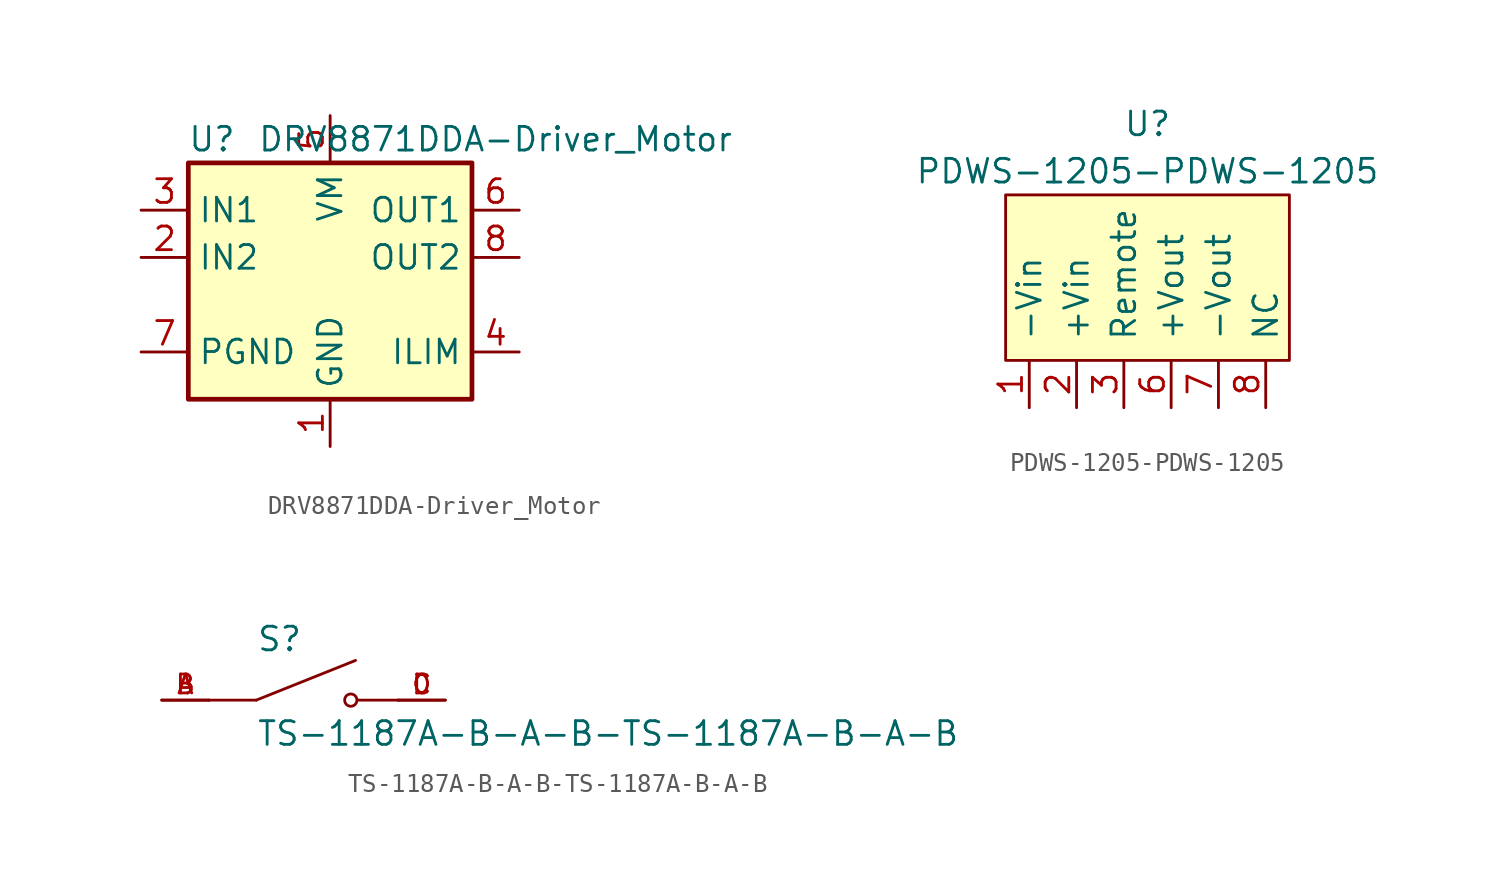
<source format=kicad_sym>
(kicad_symbol_lib
  (version 20220914)
  (generator kicad_symbol_editor)
  (symbol "DRV8871DDA-Driver_Motor"
    (property "Reference" "U"
      (at -6.35 6.35 0)
      (effects (font (size 1.27 1.27))))
    (property "Value" "DRV8871DDA-Driver_Motor"
      (at 8.89 6.35 0)
      (effects (font (size 1.27 1.27))))
    (symbol "DRV8871DDA-Driver_Motor_0_1"
      (rectangle (start -7.62 5.08) (end 7.62 -7.62) (stroke (width 0.254) (type solid)) (fill (type background))))
    (symbol "DRV8871DDA-Driver_Motor_1_1"
      (pin power_in line (at 0 -10.16 90) (length 2.54) (name "GND" (effects (font (size 1.27 1.27)))) (number "1" (effects (font (size 1.27 1.27)))))
      (pin input line (at -10.16 0 0) (length 2.54) (name "IN2" (effects (font (size 1.27 1.27)))) (number "2" (effects (font (size 1.27 1.27)))))
      (pin input line (at -10.16 2.54 0) (length 2.54) (name "IN1" (effects (font (size 1.27 1.27)))) (number "3" (effects (font (size 1.27 1.27)))))
      (pin passive line (at 10.16 -5.08 180) (length 2.54) (name "ILIM" (effects (font (size 1.27 1.27)))) (number "4" (effects (font (size 1.27 1.27)))))
      (pin power_in line (at 0 7.62 270) (length 2.54) (name "VM" (effects (font (size 1.27 1.27)))) (number "5" (effects (font (size 1.27 1.27)))))
      (pin output line (at 10.16 2.54 180) (length 2.54) (name "OUT1" (effects (font (size 1.27 1.27)))) (number "6" (effects (font (size 1.27 1.27)))))
      (pin power_in line (at -10.16 -5.08 0) (length 2.54) (name "PGND" (effects (font (size 1.27 1.27)))) (number "7" (effects (font (size 1.27 1.27)))))
      (pin output line (at 10.16 0 180) (length 2.54) (name "OUT2" (effects (font (size 1.27 1.27)))) (number "8" (effects (font (size 1.27 1.27)))))
      (pin passive line (at 0 -10.16 90) (length 2.54) hide (name "GND" (effects (font (size 1.27 1.27)))) (number "9" (effects (font (size 1.27 1.27)))))))
  (symbol "PDWS-1205-PDWS-1205"
    (pin_names
      (offset 1.016))
    (property "Reference" "U"
      (at 1.27 2.54 0)
      (effects (font (size 1.27 1.27))))
    (property "Value" "PDWS-1205-PDWS-1205"
      (at 1.27 0 0)
      (effects (font (size 1.27 1.27))))
    (symbol "PDWS-1205-PDWS-1205_0_1"
      (rectangle (start 8.89 -10.16) (end -6.35 -1.27) (stroke (width 0) (type solid)) (fill (type background))))
    (symbol "PDWS-1205-PDWS-1205_1_1"
      (pin input line (at -5.08 -12.7 90) (length 2.54) (name "-Vin" (effects (font (size 1.27 1.27)))) (number "1" (effects (font (size 1.27 1.27)))))
      (pin input line (at -2.54 -12.7 90) (length 2.54) (name "+Vin" (effects (font (size 1.27 1.27)))) (number "2" (effects (font (size 1.27 1.27)))))
      (pin input line (at 0 -12.7 90) (length 2.54) (name "Remote" (effects (font (size 1.27 1.27)))) (number "3" (effects (font (size 1.27 1.27)))))
      (pin input line (at 2.54 -12.7 90) (length 2.54) (name "+Vout" (effects (font (size 1.27 1.27)))) (number "6" (effects (font (size 1.27 1.27)))))
      (pin input line (at 5.08 -12.7 90) (length 2.54) (name "-Vout" (effects (font (size 1.27 1.27)))) (number "7" (effects (font (size 1.27 1.27)))))
      (pin input line (at 7.62 -12.7 90) (length 2.54) (name "NC" (effects (font (size 1.27 1.27)))) (number "8" (effects (font (size 1.27 1.27)))))))
  (symbol "TS-1187A-B-A-B-TS-1187A-B-A-B"
    (pin_names
      (offset 1.016) hide)
    (property "Reference" "S"
      (at -2.54 2.54 0)
      (effects (font (size 1.27 1.27)) (justify left bottom)))
    (property "Value" "TS-1187A-B-A-B-TS-1187A-B-A-B"
      (at -2.54 -2.54 0)
      (effects (font (size 1.27 1.27)) (justify left bottom)))
    (property "ki_locked" ""
      (at 0 0 0)
      (effects (font (size 1.27 1.27))))
    (symbol "TS-1187A-B-A-B-TS-1187A-B-A-B_0_0"
      (polyline (pts (xy -2.54 0) (xy -5.08 0)) (stroke (width 0.152) (type solid)) (fill (type none)))
      (polyline (pts (xy -2.54 0) (xy 2.794 2.134)) (stroke (width 0.152) (type solid)) (fill (type none)))
      (polyline (pts (xy 5.08 0) (xy 2.921 0)) (stroke (width 0.152) (type solid)) (fill (type none)))
      (circle (center 2.54 0) (radius 0.33) (stroke (width 0.152) (type solid)) (fill (type none)))
      (pin passive line (at -7.62 0 0) (length 2.54) (name "~" (effects (font (size 1.016 1.016)))) (number "A" (effects (font (size 1.016 1.016)))))
      (pin passive line (at -7.62 0 0) (length 2.54) (name "~" (effects (font (size 1.016 1.016)))) (number "B" (effects (font (size 1.016 1.016)))))
      (pin passive line (at 7.62 0 180) (length 2.54) (name "~" (effects (font (size 1.016 1.016)))) (number "C" (effects (font (size 1.016 1.016)))))
      (pin passive line (at 7.62 0 180) (length 2.54) (name "~" (effects (font (size 1.016 1.016)))) (number "D" (effects (font (size 1.016 1.016))))))))
</source>
